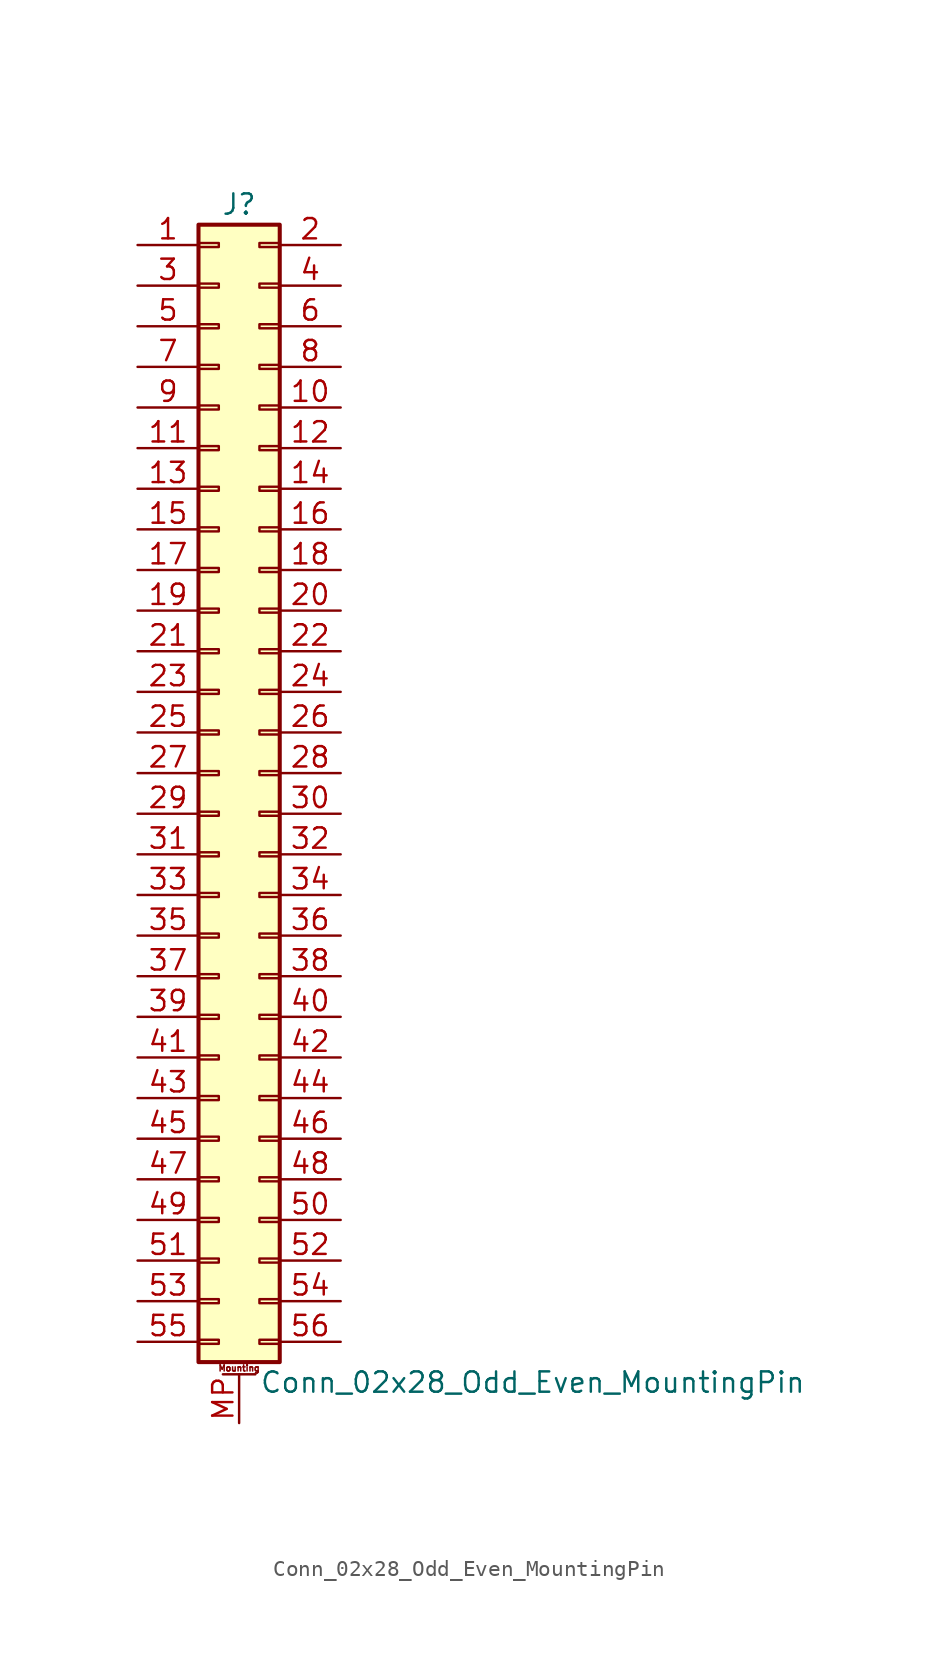
<source format=kicad_sym>
(kicad_symbol_lib
  (version 20201005)
  (generator kicad_symbol_editor)
  (symbol "Conn_02x28_Odd_Even_MountingPin"
    (pin_names
      (offset 1.016) hide)
    (property "Reference" "J"
      (at 1.27 35.56 0)
      (effects (font (size 1.27 1.27))))
    (property "Value" "Conn_02x28_Odd_Even_MountingPin"
      (at 2.54 -38.1 0)
      (effects (font (size 1.27 1.27)) (justify left)))
    (symbol "Conn_02x28_Odd_Even_MountingPin_1_1"
      (text "Mounting" (at 1.27 -37.211 0) (effects (font (size 0.381 0.381))))
      (rectangle (start -1.27 -35.433) (end 0 -35.687) (stroke (width 0.152)) (fill (type none)))
      (rectangle (start -1.27 -32.893) (end 0 -33.147) (stroke (width 0.152)) (fill (type none)))
      (rectangle (start -1.27 -30.353) (end 0 -30.607) (stroke (width 0.152)) (fill (type none)))
      (rectangle (start -1.27 -27.813) (end 0 -28.067) (stroke (width 0.152)) (fill (type none)))
      (rectangle (start -1.27 -25.273) (end 0 -25.527) (stroke (width 0.152)) (fill (type none)))
      (rectangle (start -1.27 -22.733) (end 0 -22.987) (stroke (width 0.152)) (fill (type none)))
      (rectangle (start -1.27 -20.193) (end 0 -20.447) (stroke (width 0.152)) (fill (type none)))
      (rectangle (start -1.27 -17.653) (end 0 -17.907) (stroke (width 0.152)) (fill (type none)))
      (rectangle (start -1.27 -15.113) (end 0 -15.367) (stroke (width 0.152)) (fill (type none)))
      (rectangle (start -1.27 -12.573) (end 0 -12.827) (stroke (width 0.152)) (fill (type none)))
      (rectangle (start -1.27 -10.033) (end 0 -10.287) (stroke (width 0.152)) (fill (type none)))
      (rectangle (start -1.27 -7.493) (end 0 -7.747) (stroke (width 0.152)) (fill (type none)))
      (rectangle (start -1.27 -4.953) (end 0 -5.207) (stroke (width 0.152)) (fill (type none)))
      (rectangle (start -1.27 -2.413) (end 0 -2.667) (stroke (width 0.152)) (fill (type none)))
      (rectangle (start -1.27 0.127) (end 0 -0.127) (stroke (width 0.152)) (fill (type none)))
      (rectangle (start -1.27 2.667) (end 0 2.413) (stroke (width 0.152)) (fill (type none)))
      (rectangle (start -1.27 5.207) (end 0 4.953) (stroke (width 0.152)) (fill (type none)))
      (rectangle (start -1.27 7.747) (end 0 7.493) (stroke (width 0.152)) (fill (type none)))
      (rectangle (start -1.27 10.287) (end 0 10.033) (stroke (width 0.152)) (fill (type none)))
      (rectangle (start -1.27 12.827) (end 0 12.573) (stroke (width 0.152)) (fill (type none)))
      (rectangle (start -1.27 15.367) (end 0 15.113) (stroke (width 0.152)) (fill (type none)))
      (rectangle (start -1.27 17.907) (end 0 17.653) (stroke (width 0.152)) (fill (type none)))
      (rectangle (start -1.27 20.447) (end 0 20.193) (stroke (width 0.152)) (fill (type none)))
      (rectangle (start -1.27 22.987) (end 0 22.733) (stroke (width 0.152)) (fill (type none)))
      (rectangle (start -1.27 25.527) (end 0 25.273) (stroke (width 0.152)) (fill (type none)))
      (rectangle (start -1.27 28.067) (end 0 27.813) (stroke (width 0.152)) (fill (type none)))
      (rectangle (start -1.27 30.607) (end 0 30.353) (stroke (width 0.152)) (fill (type none)))
      (rectangle (start -1.27 33.147) (end 0 32.893) (stroke (width 0.152)) (fill (type none)))
      (rectangle (start -1.27 34.29) (end 3.81 -36.83) (stroke (width 0.254)) (fill (type background)))
      (rectangle (start 3.81 -35.433) (end 2.54 -35.687) (stroke (width 0.152)) (fill (type none)))
      (rectangle (start 3.81 -32.893) (end 2.54 -33.147) (stroke (width 0.152)) (fill (type none)))
      (rectangle (start 3.81 -30.353) (end 2.54 -30.607) (stroke (width 0.152)) (fill (type none)))
      (rectangle (start 3.81 -27.813) (end 2.54 -28.067) (stroke (width 0.152)) (fill (type none)))
      (rectangle (start 3.81 -25.273) (end 2.54 -25.527) (stroke (width 0.152)) (fill (type none)))
      (rectangle (start 3.81 -22.733) (end 2.54 -22.987) (stroke (width 0.152)) (fill (type none)))
      (rectangle (start 3.81 -20.193) (end 2.54 -20.447) (stroke (width 0.152)) (fill (type none)))
      (rectangle (start 3.81 -17.653) (end 2.54 -17.907) (stroke (width 0.152)) (fill (type none)))
      (rectangle (start 3.81 -15.113) (end 2.54 -15.367) (stroke (width 0.152)) (fill (type none)))
      (rectangle (start 3.81 -12.573) (end 2.54 -12.827) (stroke (width 0.152)) (fill (type none)))
      (rectangle (start 3.81 -10.033) (end 2.54 -10.287) (stroke (width 0.152)) (fill (type none)))
      (rectangle (start 3.81 -7.493) (end 2.54 -7.747) (stroke (width 0.152)) (fill (type none)))
      (rectangle (start 3.81 -4.953) (end 2.54 -5.207) (stroke (width 0.152)) (fill (type none)))
      (rectangle (start 3.81 -2.413) (end 2.54 -2.667) (stroke (width 0.152)) (fill (type none)))
      (rectangle (start 3.81 0.127) (end 2.54 -0.127) (stroke (width 0.152)) (fill (type none)))
      (rectangle (start 3.81 2.667) (end 2.54 2.413) (stroke (width 0.152)) (fill (type none)))
      (rectangle (start 3.81 5.207) (end 2.54 4.953) (stroke (width 0.152)) (fill (type none)))
      (rectangle (start 3.81 7.747) (end 2.54 7.493) (stroke (width 0.152)) (fill (type none)))
      (rectangle (start 3.81 10.287) (end 2.54 10.033) (stroke (width 0.152)) (fill (type none)))
      (rectangle (start 3.81 12.827) (end 2.54 12.573) (stroke (width 0.152)) (fill (type none)))
      (rectangle (start 3.81 15.367) (end 2.54 15.113) (stroke (width 0.152)) (fill (type none)))
      (rectangle (start 3.81 17.907) (end 2.54 17.653) (stroke (width 0.152)) (fill (type none)))
      (rectangle (start 3.81 20.447) (end 2.54 20.193) (stroke (width 0.152)) (fill (type none)))
      (rectangle (start 3.81 22.987) (end 2.54 22.733) (stroke (width 0.152)) (fill (type none)))
      (rectangle (start 3.81 25.527) (end 2.54 25.273) (stroke (width 0.152)) (fill (type none)))
      (rectangle (start 3.81 28.067) (end 2.54 27.813) (stroke (width 0.152)) (fill (type none)))
      (rectangle (start 3.81 30.607) (end 2.54 30.353) (stroke (width 0.152)) (fill (type none)))
      (rectangle (start 3.81 33.147) (end 2.54 32.893) (stroke (width 0.152)) (fill (type none)))
      (polyline (pts (xy 0.254 -37.592) (xy 2.286 -37.592)) (stroke (width 0.152)) (fill (type none)))
      (pin passive line (at -5.08 33.02 0) (length 3.81) (name "Pin_1" (effects (font (size 1.27 1.27)))) (number "1" (effects (font (size 1.27 1.27)))))
      (pin passive line (at 7.62 22.86 180) (length 3.81) (name "Pin_10" (effects (font (size 1.27 1.27)))) (number "10" (effects (font (size 1.27 1.27)))))
      (pin passive line (at -5.08 20.32 0) (length 3.81) (name "Pin_11" (effects (font (size 1.27 1.27)))) (number "11" (effects (font (size 1.27 1.27)))))
      (pin passive line (at 7.62 20.32 180) (length 3.81) (name "Pin_12" (effects (font (size 1.27 1.27)))) (number "12" (effects (font (size 1.27 1.27)))))
      (pin passive line (at -5.08 17.78 0) (length 3.81) (name "Pin_13" (effects (font (size 1.27 1.27)))) (number "13" (effects (font (size 1.27 1.27)))))
      (pin passive line (at 7.62 17.78 180) (length 3.81) (name "Pin_14" (effects (font (size 1.27 1.27)))) (number "14" (effects (font (size 1.27 1.27)))))
      (pin passive line (at -5.08 15.24 0) (length 3.81) (name "Pin_15" (effects (font (size 1.27 1.27)))) (number "15" (effects (font (size 1.27 1.27)))))
      (pin passive line (at 7.62 15.24 180) (length 3.81) (name "Pin_16" (effects (font (size 1.27 1.27)))) (number "16" (effects (font (size 1.27 1.27)))))
      (pin passive line (at -5.08 12.7 0) (length 3.81) (name "Pin_17" (effects (font (size 1.27 1.27)))) (number "17" (effects (font (size 1.27 1.27)))))
      (pin passive line (at 7.62 12.7 180) (length 3.81) (name "Pin_18" (effects (font (size 1.27 1.27)))) (number "18" (effects (font (size 1.27 1.27)))))
      (pin passive line (at -5.08 10.16 0) (length 3.81) (name "Pin_19" (effects (font (size 1.27 1.27)))) (number "19" (effects (font (size 1.27 1.27)))))
      (pin passive line (at 7.62 33.02 180) (length 3.81) (name "Pin_2" (effects (font (size 1.27 1.27)))) (number "2" (effects (font (size 1.27 1.27)))))
      (pin passive line (at 7.62 10.16 180) (length 3.81) (name "Pin_20" (effects (font (size 1.27 1.27)))) (number "20" (effects (font (size 1.27 1.27)))))
      (pin passive line (at -5.08 7.62 0) (length 3.81) (name "Pin_21" (effects (font (size 1.27 1.27)))) (number "21" (effects (font (size 1.27 1.27)))))
      (pin passive line (at 7.62 7.62 180) (length 3.81) (name "Pin_22" (effects (font (size 1.27 1.27)))) (number "22" (effects (font (size 1.27 1.27)))))
      (pin passive line (at -5.08 5.08 0) (length 3.81) (name "Pin_23" (effects (font (size 1.27 1.27)))) (number "23" (effects (font (size 1.27 1.27)))))
      (pin passive line (at 7.62 5.08 180) (length 3.81) (name "Pin_24" (effects (font (size 1.27 1.27)))) (number "24" (effects (font (size 1.27 1.27)))))
      (pin passive line (at -5.08 2.54 0) (length 3.81) (name "Pin_25" (effects (font (size 1.27 1.27)))) (number "25" (effects (font (size 1.27 1.27)))))
      (pin passive line (at 7.62 2.54 180) (length 3.81) (name "Pin_26" (effects (font (size 1.27 1.27)))) (number "26" (effects (font (size 1.27 1.27)))))
      (pin passive line (at -5.08 0 0) (length 3.81) (name "Pin_27" (effects (font (size 1.27 1.27)))) (number "27" (effects (font (size 1.27 1.27)))))
      (pin passive line (at 7.62 0 180) (length 3.81) (name "Pin_28" (effects (font (size 1.27 1.27)))) (number "28" (effects (font (size 1.27 1.27)))))
      (pin passive line (at -5.08 -2.54 0) (length 3.81) (name "Pin_29" (effects (font (size 1.27 1.27)))) (number "29" (effects (font (size 1.27 1.27)))))
      (pin passive line (at -5.08 30.48 0) (length 3.81) (name "Pin_3" (effects (font (size 1.27 1.27)))) (number "3" (effects (font (size 1.27 1.27)))))
      (pin passive line (at 7.62 -2.54 180) (length 3.81) (name "Pin_30" (effects (font (size 1.27 1.27)))) (number "30" (effects (font (size 1.27 1.27)))))
      (pin passive line (at -5.08 -5.08 0) (length 3.81) (name "Pin_31" (effects (font (size 1.27 1.27)))) (number "31" (effects (font (size 1.27 1.27)))))
      (pin passive line (at 7.62 -5.08 180) (length 3.81) (name "Pin_32" (effects (font (size 1.27 1.27)))) (number "32" (effects (font (size 1.27 1.27)))))
      (pin passive line (at -5.08 -7.62 0) (length 3.81) (name "Pin_33" (effects (font (size 1.27 1.27)))) (number "33" (effects (font (size 1.27 1.27)))))
      (pin passive line (at 7.62 -7.62 180) (length 3.81) (name "Pin_34" (effects (font (size 1.27 1.27)))) (number "34" (effects (font (size 1.27 1.27)))))
      (pin passive line (at -5.08 -10.16 0) (length 3.81) (name "Pin_35" (effects (font (size 1.27 1.27)))) (number "35" (effects (font (size 1.27 1.27)))))
      (pin passive line (at 7.62 -10.16 180) (length 3.81) (name "Pin_36" (effects (font (size 1.27 1.27)))) (number "36" (effects (font (size 1.27 1.27)))))
      (pin passive line (at -5.08 -12.7 0) (length 3.81) (name "Pin_37" (effects (font (size 1.27 1.27)))) (number "37" (effects (font (size 1.27 1.27)))))
      (pin passive line (at 7.62 -12.7 180) (length 3.81) (name "Pin_38" (effects (font (size 1.27 1.27)))) (number "38" (effects (font (size 1.27 1.27)))))
      (pin passive line (at -5.08 -15.24 0) (length 3.81) (name "Pin_39" (effects (font (size 1.27 1.27)))) (number "39" (effects (font (size 1.27 1.27)))))
      (pin passive line (at 7.62 30.48 180) (length 3.81) (name "Pin_4" (effects (font (size 1.27 1.27)))) (number "4" (effects (font (size 1.27 1.27)))))
      (pin passive line (at 7.62 -15.24 180) (length 3.81) (name "Pin_40" (effects (font (size 1.27 1.27)))) (number "40" (effects (font (size 1.27 1.27)))))
      (pin passive line (at -5.08 -17.78 0) (length 3.81) (name "Pin_41" (effects (font (size 1.27 1.27)))) (number "41" (effects (font (size 1.27 1.27)))))
      (pin passive line (at 7.62 -17.78 180) (length 3.81) (name "Pin_42" (effects (font (size 1.27 1.27)))) (number "42" (effects (font (size 1.27 1.27)))))
      (pin passive line (at -5.08 -20.32 0) (length 3.81) (name "Pin_43" (effects (font (size 1.27 1.27)))) (number "43" (effects (font (size 1.27 1.27)))))
      (pin passive line (at 7.62 -20.32 180) (length 3.81) (name "Pin_44" (effects (font (size 1.27 1.27)))) (number "44" (effects (font (size 1.27 1.27)))))
      (pin passive line (at -5.08 -22.86 0) (length 3.81) (name "Pin_45" (effects (font (size 1.27 1.27)))) (number "45" (effects (font (size 1.27 1.27)))))
      (pin passive line (at 7.62 -22.86 180) (length 3.81) (name "Pin_46" (effects (font (size 1.27 1.27)))) (number "46" (effects (font (size 1.27 1.27)))))
      (pin passive line (at -5.08 -25.4 0) (length 3.81) (name "Pin_47" (effects (font (size 1.27 1.27)))) (number "47" (effects (font (size 1.27 1.27)))))
      (pin passive line (at 7.62 -25.4 180) (length 3.81) (name "Pin_48" (effects (font (size 1.27 1.27)))) (number "48" (effects (font (size 1.27 1.27)))))
      (pin passive line (at -5.08 -27.94 0) (length 3.81) (name "Pin_49" (effects (font (size 1.27 1.27)))) (number "49" (effects (font (size 1.27 1.27)))))
      (pin passive line (at -5.08 27.94 0) (length 3.81) (name "Pin_5" (effects (font (size 1.27 1.27)))) (number "5" (effects (font (size 1.27 1.27)))))
      (pin passive line (at 7.62 -27.94 180) (length 3.81) (name "Pin_50" (effects (font (size 1.27 1.27)))) (number "50" (effects (font (size 1.27 1.27)))))
      (pin passive line (at -5.08 -30.48 0) (length 3.81) (name "Pin_51" (effects (font (size 1.27 1.27)))) (number "51" (effects (font (size 1.27 1.27)))))
      (pin passive line (at 7.62 -30.48 180) (length 3.81) (name "Pin_52" (effects (font (size 1.27 1.27)))) (number "52" (effects (font (size 1.27 1.27)))))
      (pin passive line (at -5.08 -33.02 0) (length 3.81) (name "Pin_53" (effects (font (size 1.27 1.27)))) (number "53" (effects (font (size 1.27 1.27)))))
      (pin passive line (at 7.62 -33.02 180) (length 3.81) (name "Pin_54" (effects (font (size 1.27 1.27)))) (number "54" (effects (font (size 1.27 1.27)))))
      (pin passive line (at -5.08 -35.56 0) (length 3.81) (name "Pin_55" (effects (font (size 1.27 1.27)))) (number "55" (effects (font (size 1.27 1.27)))))
      (pin passive line (at 7.62 -35.56 180) (length 3.81) (name "Pin_56" (effects (font (size 1.27 1.27)))) (number "56" (effects (font (size 1.27 1.27)))))
      (pin passive line (at 7.62 27.94 180) (length 3.81) (name "Pin_6" (effects (font (size 1.27 1.27)))) (number "6" (effects (font (size 1.27 1.27)))))
      (pin passive line (at -5.08 25.4 0) (length 3.81) (name "Pin_7" (effects (font (size 1.27 1.27)))) (number "7" (effects (font (size 1.27 1.27)))))
      (pin passive line (at 7.62 25.4 180) (length 3.81) (name "Pin_8" (effects (font (size 1.27 1.27)))) (number "8" (effects (font (size 1.27 1.27)))))
      (pin passive line (at -5.08 22.86 0) (length 3.81) (name "Pin_9" (effects (font (size 1.27 1.27)))) (number "9" (effects (font (size 1.27 1.27)))))
      (pin passive line (at 1.27 -40.64 90) (length 3.048) (name "MountPin" (effects (font (size 1.27 1.27)))) (number "MP" (effects (font (size 1.27 1.27))))))))
</source>
